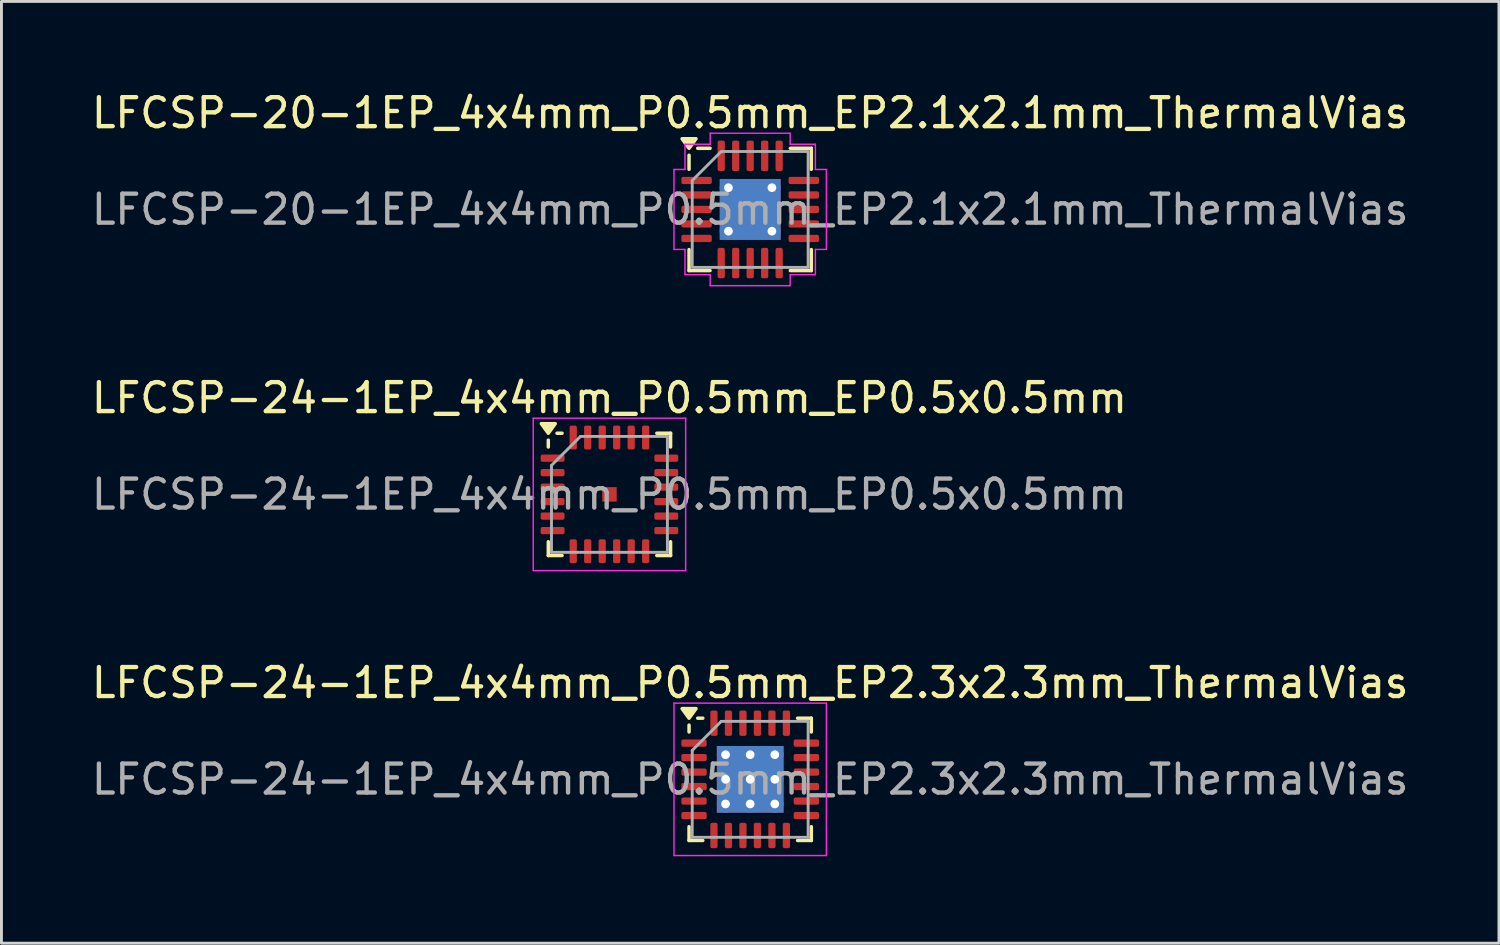
<source format=kicad_pcb>
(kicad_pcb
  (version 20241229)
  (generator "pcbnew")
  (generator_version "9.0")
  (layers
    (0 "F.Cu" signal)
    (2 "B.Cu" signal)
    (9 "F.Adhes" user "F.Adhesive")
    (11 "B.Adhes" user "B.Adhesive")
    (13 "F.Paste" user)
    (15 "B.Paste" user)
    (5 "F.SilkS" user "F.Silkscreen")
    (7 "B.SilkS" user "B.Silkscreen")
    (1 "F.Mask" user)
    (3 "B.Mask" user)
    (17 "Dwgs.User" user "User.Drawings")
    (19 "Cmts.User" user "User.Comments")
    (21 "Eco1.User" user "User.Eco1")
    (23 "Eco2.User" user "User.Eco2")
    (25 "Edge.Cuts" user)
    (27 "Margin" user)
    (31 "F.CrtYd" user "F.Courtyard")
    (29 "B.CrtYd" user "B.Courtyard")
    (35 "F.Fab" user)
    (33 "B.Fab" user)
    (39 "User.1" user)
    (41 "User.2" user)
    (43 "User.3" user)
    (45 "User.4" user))
  (footprint "LFCSP-24-1EP_4x4mm_P0.5mm_EP2.3x2.3mm_ThermalVias"
    (layer "F.Cu")
    (at 22.839 23.845)
    (property "Reference" "LFCSP-24-1EP_4x4mm_P0.5mm_EP2.3x2.3mm_ThermalVias" (at 0 -3.33 0) (layer "F.SilkS") (effects (font (size 1 1) (thickness 0.15))))
    (attr smd)
    (fp_line (start -2.11 -1.635) (end -2.11 -1.87) (stroke (width 0.12) (type solid)) (layer "F.SilkS"))
    (fp_line (start -2.11 2.11) (end -2.11 1.635) (stroke (width 0.12) (type solid)) (layer "F.SilkS"))
    (fp_line (start -1.635 -2.11) (end -1.81 -2.11) (stroke (width 0.12) (type solid)) (layer "F.SilkS"))
    (fp_line (start -1.635 2.11) (end -2.11 2.11) (stroke (width 0.12) (type solid)) (layer "F.SilkS"))
    (fp_line (start 1.635 -2.11) (end 2.11 -2.11) (stroke (width 0.12) (type solid)) (layer "F.SilkS"))
    (fp_line (start 1.635 2.11) (end 2.11 2.11) (stroke (width 0.12) (type solid)) (layer "F.SilkS"))
    (fp_line (start 2.11 -2.11) (end 2.11 -1.635) (stroke (width 0.12) (type solid)) (layer "F.SilkS"))
    (fp_line (start 2.11 2.11) (end 2.11 1.635) (stroke (width 0.12) (type solid)) (layer "F.SilkS"))
    (fp_poly (pts (xy -2.11 -2.11) (xy -2.35 -2.44) (xy -1.87 -2.44) (xy -2.11 -2.11)) (stroke (width 0.12) (type solid)) (fill yes) (layer "F.SilkS"))
    (fp_line (start -2.63 -2.63) (end -2.63 2.63) (stroke (width 0.05) (type solid)) (layer "F.CrtYd"))
    (fp_line (start -2.63 2.63) (end 2.63 2.63) (stroke (width 0.05) (type solid)) (layer "F.CrtYd"))
    (fp_line (start 2.63 -2.63) (end -2.63 -2.63) (stroke (width 0.05) (type solid)) (layer "F.CrtYd"))
    (fp_line (start 2.63 2.63) (end 2.63 -2.63) (stroke (width 0.05) (type solid)) (layer "F.CrtYd"))
    (fp_line (start -2 -1) (end -1 -2) (stroke (width 0.1) (type solid)) (layer "F.Fab"))
    (fp_line (start -2 2) (end -2 -1) (stroke (width 0.1) (type solid)) (layer "F.Fab"))
    (fp_line (start -1 -2) (end 2 -2) (stroke (width 0.1) (type solid)) (layer "F.Fab"))
    (fp_line (start 2 -2) (end 2 2) (stroke (width 0.1) (type solid)) (layer "F.Fab"))
    (fp_line (start 2 2) (end -2 2) (stroke (width 0.1) (type solid)) (layer "F.Fab"))
    (fp_text user "${REFERENCE}" (at 0 0 0) (layer "F.Fab") (effects (font (size 1 1) (thickness 0.15))))
    (pad "" smd roundrect (at -0.575 -0.575) (size 0.96 0.96) (layers "F.Paste") (roundrect_rratio 0.25))
    (pad "" smd roundrect (at -0.575 0.575) (size 0.96 0.96) (layers "F.Paste") (roundrect_rratio 0.25))
    (pad "" smd roundrect (at 0.575 -0.575) (size 0.96 0.96) (layers "F.Paste") (roundrect_rratio 0.25))
    (pad "" smd roundrect (at 0.575 0.575) (size 0.96 0.96) (layers "F.Paste") (roundrect_rratio 0.25))
    (pad "1" smd roundrect (at -1.938 -1.25) (size 0.875 0.25) (layers "F.Cu" "F.Mask" "F.Paste") (roundrect_rratio 0.25))
    (pad "2" smd roundrect (at -1.938 -0.75) (size 0.875 0.25) (layers "F.Cu" "F.Mask" "F.Paste") (roundrect_rratio 0.25))
    (pad "3" smd roundrect (at -1.938 -0.25) (size 0.875 0.25) (layers "F.Cu" "F.Mask" "F.Paste") (roundrect_rratio 0.25))
    (pad "4" smd roundrect (at -1.938 0.25) (size 0.875 0.25) (layers "F.Cu" "F.Mask" "F.Paste") (roundrect_rratio 0.25))
    (pad "5" smd roundrect (at -1.938 0.75) (size 0.875 0.25) (layers "F.Cu" "F.Mask" "F.Paste") (roundrect_rratio 0.25))
    (pad "6" smd roundrect (at -1.938 1.25) (size 0.875 0.25) (layers "F.Cu" "F.Mask" "F.Paste") (roundrect_rratio 0.25))
    (pad "7" smd roundrect (at -1.25 1.938) (size 0.25 0.875) (layers "F.Cu" "F.Mask" "F.Paste") (roundrect_rratio 0.25))
    (pad "8" smd roundrect (at -0.75 1.938) (size 0.25 0.875) (layers "F.Cu" "F.Mask" "F.Paste") (roundrect_rratio 0.25))
    (pad "9" smd roundrect (at -0.25 1.938) (size 0.25 0.875) (layers "F.Cu" "F.Mask" "F.Paste") (roundrect_rratio 0.25))
    (pad "10" smd roundrect (at 0.25 1.938) (size 0.25 0.875) (layers "F.Cu" "F.Mask" "F.Paste") (roundrect_rratio 0.25))
    (pad "11" smd roundrect (at 0.75 1.938) (size 0.25 0.875) (layers "F.Cu" "F.Mask" "F.Paste") (roundrect_rratio 0.25))
    (pad "12" smd roundrect (at 1.25 1.938) (size 0.25 0.875) (layers "F.Cu" "F.Mask" "F.Paste") (roundrect_rratio 0.25))
    (pad "13" smd roundrect (at 1.938 1.25) (size 0.875 0.25) (layers "F.Cu" "F.Mask" "F.Paste") (roundrect_rratio 0.25))
    (pad "14" smd roundrect (at 1.938 0.75) (size 0.875 0.25) (layers "F.Cu" "F.Mask" "F.Paste") (roundrect_rratio 0.25))
    (pad "15" smd roundrect (at 1.938 0.25) (size 0.875 0.25) (layers "F.Cu" "F.Mask" "F.Paste") (roundrect_rratio 0.25))
    (pad "16" smd roundrect (at 1.938 -0.25) (size 0.875 0.25) (layers "F.Cu" "F.Mask" "F.Paste") (roundrect_rratio 0.25))
    (pad "17" smd roundrect (at 1.938 -0.75) (size 0.875 0.25) (layers "F.Cu" "F.Mask" "F.Paste") (roundrect_rratio 0.25))
    (pad "18" smd roundrect (at 1.938 -1.25) (size 0.875 0.25) (layers "F.Cu" "F.Mask" "F.Paste") (roundrect_rratio 0.25))
    (pad "19" smd roundrect (at 1.25 -1.938) (size 0.25 0.875) (layers "F.Cu" "F.Mask" "F.Paste") (roundrect_rratio 0.25))
    (pad "20" smd roundrect (at 0.75 -1.938) (size 0.25 0.875) (layers "F.Cu" "F.Mask" "F.Paste") (roundrect_rratio 0.25))
    (pad "21" smd roundrect (at 0.25 -1.938) (size 0.25 0.875) (layers "F.Cu" "F.Mask" "F.Paste") (roundrect_rratio 0.25))
    (pad "22" smd roundrect (at -0.25 -1.938) (size 0.25 0.875) (layers "F.Cu" "F.Mask" "F.Paste") (roundrect_rratio 0.25))
    (pad "23" smd roundrect (at -0.75 -1.938) (size 0.25 0.875) (layers "F.Cu" "F.Mask" "F.Paste") (roundrect_rratio 0.25))
    (pad "24" smd roundrect (at -1.25 -1.938) (size 0.25 0.875) (layers "F.Cu" "F.Mask" "F.Paste") (roundrect_rratio 0.25))
    (pad "25" thru_hole circle (at -0.85 -0.85) (size 0.6 0.6) (drill 0.3) (property pad_prop_heatsink) (layers "*.Cu"))
    (pad "25" thru_hole circle (at -0.85 0) (size 0.6 0.6) (drill 0.3) (property pad_prop_heatsink) (layers "*.Cu"))
    (pad "25" thru_hole circle (at -0.85 0.85) (size 0.6 0.6) (drill 0.3) (property pad_prop_heatsink) (layers "*.Cu"))
    (pad "25" thru_hole circle (at 0 -0.85) (size 0.6 0.6) (drill 0.3) (property pad_prop_heatsink) (layers "*.Cu"))
    (pad "25" thru_hole circle (at 0 0) (size 0.6 0.6) (drill 0.3) (property pad_prop_heatsink) (layers "*.Cu"))
    (pad "25" smd rect (at 0 0) (size 2.3 2.3) (property pad_prop_heatsink) (layers "F.Cu" "F.Mask"))
    (pad "25" smd rect (at 0 0) (size 2.3 2.3) (property pad_prop_heatsink) (layers "B.Cu"))
    (pad "25" thru_hole circle (at 0 0.85) (size 0.6 0.6) (drill 0.3) (property pad_prop_heatsink) (layers "*.Cu"))
    (pad "25" thru_hole circle (at 0.85 -0.85) (size 0.6 0.6) (drill 0.3) (property pad_prop_heatsink) (layers "*.Cu"))
    (pad "25" thru_hole circle (at 0.85 0) (size 0.6 0.6) (drill 0.3) (property pad_prop_heatsink) (layers "*.Cu"))
    (pad "25" thru_hole circle (at 0.85 0.85) (size 0.6 0.6) (drill 0.3) (property pad_prop_heatsink) (layers "*.Cu")))
  (footprint "LFCSP-20-1EP_4x4mm_P0.5mm_EP2.1x2.1mm_ThermalVias"
    (layer "F.Cu")
    (at 22.839 4.178)
    (property "Reference" "LFCSP-20-1EP_4x4mm_P0.5mm_EP2.1x2.1mm_ThermalVias" (at 0 -3.33 0) (layer "F.SilkS") (effects (font (size 1 1) (thickness 0.15))))
    (attr smd)
    (fp_line (start -2.11 -1.385) (end -2.11 -1.87) (stroke (width 0.12) (type solid)) (layer "F.SilkS"))
    (fp_line (start -2.11 2.11) (end -2.11 1.385) (stroke (width 0.12) (type solid)) (layer "F.SilkS"))
    (fp_line (start -1.385 -2.11) (end -1.81 -2.11) (stroke (width 0.12) (type solid)) (layer "F.SilkS"))
    (fp_line (start -1.385 2.11) (end -2.11 2.11) (stroke (width 0.12) (type solid)) (layer "F.SilkS"))
    (fp_line (start 1.385 -2.11) (end 2.11 -2.11) (stroke (width 0.12) (type solid)) (layer "F.SilkS"))
    (fp_line (start 1.385 2.11) (end 2.11 2.11) (stroke (width 0.12) (type solid)) (layer "F.SilkS"))
    (fp_line (start 2.11 -2.11) (end 2.11 -1.385) (stroke (width 0.12) (type solid)) (layer "F.SilkS"))
    (fp_line (start 2.11 2.11) (end 2.11 1.385) (stroke (width 0.12) (type solid)) (layer "F.SilkS"))
    (fp_poly (pts (xy -2.11 -2.11) (xy -2.35 -2.44) (xy -1.87 -2.44)) (stroke (width 0.12) (type solid)) (fill yes) (layer "F.SilkS"))
    (fp_line (start -2.63 -1.38) (end -2.25 -1.38) (stroke (width 0.05) (type solid)) (layer "F.CrtYd"))
    (fp_line (start -2.63 1.38) (end -2.63 -1.38) (stroke (width 0.05) (type solid)) (layer "F.CrtYd"))
    (fp_line (start -2.25 -2.25) (end -1.38 -2.25) (stroke (width 0.05) (type solid)) (layer "F.CrtYd"))
    (fp_line (start -2.25 -1.38) (end -2.25 -2.25) (stroke (width 0.05) (type solid)) (layer "F.CrtYd"))
    (fp_line (start -2.25 1.38) (end -2.63 1.38) (stroke (width 0.05) (type solid)) (layer "F.CrtYd"))
    (fp_line (start -2.25 2.25) (end -2.25 1.38) (stroke (width 0.05) (type solid)) (layer "F.CrtYd"))
    (fp_line (start -1.38 -2.63) (end 1.38 -2.63) (stroke (width 0.05) (type solid)) (layer "F.CrtYd"))
    (fp_line (start -1.38 -2.25) (end -1.38 -2.63) (stroke (width 0.05) (type solid)) (layer "F.CrtYd"))
    (fp_line (start -1.38 2.25) (end -2.25 2.25) (stroke (width 0.05) (type solid)) (layer "F.CrtYd"))
    (fp_line (start -1.38 2.63) (end -1.38 2.25) (stroke (width 0.05) (type solid)) (layer "F.CrtYd"))
    (fp_line (start 1.38 -2.63) (end 1.38 -2.25) (stroke (width 0.05) (type solid)) (layer "F.CrtYd"))
    (fp_line (start 1.38 -2.25) (end 2.25 -2.25) (stroke (width 0.05) (type solid)) (layer "F.CrtYd"))
    (fp_line (start 1.38 2.25) (end 1.38 2.63) (stroke (width 0.05) (type solid)) (layer "F.CrtYd"))
    (fp_line (start 1.38 2.63) (end -1.38 2.63) (stroke (width 0.05) (type solid)) (layer "F.CrtYd"))
    (fp_line (start 2.25 -2.25) (end 2.25 -1.38) (stroke (width 0.05) (type solid)) (layer "F.CrtYd"))
    (fp_line (start 2.25 -1.38) (end 2.63 -1.38) (stroke (width 0.05) (type solid)) (layer "F.CrtYd"))
    (fp_line (start 2.25 1.38) (end 2.25 2.25) (stroke (width 0.05) (type solid)) (layer "F.CrtYd"))
    (fp_line (start 2.25 2.25) (end 1.38 2.25) (stroke (width 0.05) (type solid)) (layer "F.CrtYd"))
    (fp_line (start 2.63 -1.38) (end 2.63 1.38) (stroke (width 0.05) (type solid)) (layer "F.CrtYd"))
    (fp_line (start 2.63 1.38) (end 2.25 1.38) (stroke (width 0.05) (type solid)) (layer "F.CrtYd"))
    (fp_poly (pts (xy -2 -1) (xy -2 2) (xy 2 2) (xy 2 -2) (xy -1 -2)) (stroke (width 0.1) (type solid)) (fill no) (layer "F.Fab"))
    (fp_text user "${REFERENCE}" (at 0 0 0) (layer "F.Fab") (effects (font (size 1 1) (thickness 0.15))))
    (pad "" smd roundrect (at 0 0) (size 1.76 1.76) (layers "F.Paste") (roundrect_rratio 0.142))
    (pad "1" smd roundrect (at -1.85 -1) (size 1.05 0.25) (layers "F.Cu" "F.Mask" "F.Paste") (roundrect_rratio 0.25))
    (pad "2" smd roundrect (at -1.85 -0.5) (size 1.05 0.25) (layers "F.Cu" "F.Mask" "F.Paste") (roundrect_rratio 0.25))
    (pad "3" smd roundrect (at -1.85 0) (size 1.05 0.25) (layers "F.Cu" "F.Mask" "F.Paste") (roundrect_rratio 0.25))
    (pad "4" smd roundrect (at -1.85 0.5) (size 1.05 0.25) (layers "F.Cu" "F.Mask" "F.Paste") (roundrect_rratio 0.25))
    (pad "5" smd roundrect (at -1.85 1) (size 1.05 0.25) (layers "F.Cu" "F.Mask" "F.Paste") (roundrect_rratio 0.25))
    (pad "6" smd roundrect (at -1 1.85) (size 0.25 1.05) (layers "F.Cu" "F.Mask" "F.Paste") (roundrect_rratio 0.25))
    (pad "7" smd roundrect (at -0.5 1.85) (size 0.25 1.05) (layers "F.Cu" "F.Mask" "F.Paste") (roundrect_rratio 0.25))
    (pad "8" smd roundrect (at 0 1.85) (size 0.25 1.05) (layers "F.Cu" "F.Mask" "F.Paste") (roundrect_rratio 0.25))
    (pad "9" smd roundrect (at 0.5 1.85) (size 0.25 1.05) (layers "F.Cu" "F.Mask" "F.Paste") (roundrect_rratio 0.25))
    (pad "10" smd roundrect (at 1 1.85) (size 0.25 1.05) (layers "F.Cu" "F.Mask" "F.Paste") (roundrect_rratio 0.25))
    (pad "11" smd roundrect (at 1.85 1) (size 1.05 0.25) (layers "F.Cu" "F.Mask" "F.Paste") (roundrect_rratio 0.25))
    (pad "12" smd roundrect (at 1.85 0.5) (size 1.05 0.25) (layers "F.Cu" "F.Mask" "F.Paste") (roundrect_rratio 0.25))
    (pad "13" smd roundrect (at 1.85 0) (size 1.05 0.25) (layers "F.Cu" "F.Mask" "F.Paste") (roundrect_rratio 0.25))
    (pad "14" smd roundrect (at 1.85 -0.5) (size 1.05 0.25) (layers "F.Cu" "F.Mask" "F.Paste") (roundrect_rratio 0.25))
    (pad "15" smd roundrect (at 1.85 -1) (size 1.05 0.25) (layers "F.Cu" "F.Mask" "F.Paste") (roundrect_rratio 0.25))
    (pad "16" smd roundrect (at 1 -1.85) (size 0.25 1.05) (layers "F.Cu" "F.Mask" "F.Paste") (roundrect_rratio 0.25))
    (pad "17" smd roundrect (at 0.5 -1.85) (size 0.25 1.05) (layers "F.Cu" "F.Mask" "F.Paste") (roundrect_rratio 0.25))
    (pad "18" smd roundrect (at 0 -1.85) (size 0.25 1.05) (layers "F.Cu" "F.Mask" "F.Paste") (roundrect_rratio 0.25))
    (pad "19" smd roundrect (at -0.5 -1.85) (size 0.25 1.05) (layers "F.Cu" "F.Mask" "F.Paste") (roundrect_rratio 0.25))
    (pad "20" smd roundrect (at -1 -1.85) (size 0.25 1.05) (layers "F.Cu" "F.Mask" "F.Paste") (roundrect_rratio 0.25))
    (pad "21" thru_hole circle (at -0.75 -0.75) (size 0.6 0.6) (drill 0.3) (property pad_prop_heatsink) (layers "*.Cu"))
    (pad "21" thru_hole circle (at -0.75 0.75) (size 0.6 0.6) (drill 0.3) (property pad_prop_heatsink) (layers "*.Cu"))
    (pad "21" smd rect (at 0 0) (size 2.1 2.1) (property pad_prop_heatsink) (layers "F.Cu" "F.Mask"))
    (pad "21" smd rect (at 0 0) (size 2.1 2.1) (property pad_prop_heatsink) (layers "B.Cu"))
    (pad "21" thru_hole circle (at 0.75 -0.75) (size 0.6 0.6) (drill 0.3) (property pad_prop_heatsink) (layers "*.Cu"))
    (pad "21" thru_hole circle (at 0.75 0.75) (size 0.6 0.6) (drill 0.3) (property pad_prop_heatsink) (layers "*.Cu")))
  (footprint "LFCSP-24-1EP_4x4mm_P0.5mm_EP0.5x0.5mm"
    (layer "F.Cu")
    (at 17.982 14.011)
    (property "Reference" "LFCSP-24-1EP_4x4mm_P0.5mm_EP0.5x0.5mm" (at 0 -3.33 0) (layer "F.SilkS") (effects (font (size 1 1) (thickness 0.15))))
    (attr smd)
    (fp_line (start -2.11 -1.635) (end -2.11 -1.87) (stroke (width 0.12) (type solid)) (layer "F.SilkS"))
    (fp_line (start -2.11 2.11) (end -2.11 1.635) (stroke (width 0.12) (type solid)) (layer "F.SilkS"))
    (fp_line (start -1.635 -2.11) (end -1.81 -2.11) (stroke (width 0.12) (type solid)) (layer "F.SilkS"))
    (fp_line (start -1.635 2.11) (end -2.11 2.11) (stroke (width 0.12) (type solid)) (layer "F.SilkS"))
    (fp_line (start 1.635 -2.11) (end 2.11 -2.11) (stroke (width 0.12) (type solid)) (layer "F.SilkS"))
    (fp_line (start 1.635 2.11) (end 2.11 2.11) (stroke (width 0.12) (type solid)) (layer "F.SilkS"))
    (fp_line (start 2.11 -2.11) (end 2.11 -1.635) (stroke (width 0.12) (type solid)) (layer "F.SilkS"))
    (fp_line (start 2.11 2.11) (end 2.11 1.635) (stroke (width 0.12) (type solid)) (layer "F.SilkS"))
    (fp_poly (pts (xy -2.11 -2.11) (xy -2.35 -2.44) (xy -1.87 -2.44) (xy -2.11 -2.11)) (stroke (width 0.12) (type solid)) (fill yes) (layer "F.SilkS"))
    (fp_line (start -2.63 -2.63) (end -2.63 2.63) (stroke (width 0.05) (type solid)) (layer "F.CrtYd"))
    (fp_line (start -2.63 2.63) (end 2.63 2.63) (stroke (width 0.05) (type solid)) (layer "F.CrtYd"))
    (fp_line (start 2.63 -2.63) (end -2.63 -2.63) (stroke (width 0.05) (type solid)) (layer "F.CrtYd"))
    (fp_line (start 2.63 2.63) (end 2.63 -2.63) (stroke (width 0.05) (type solid)) (layer "F.CrtYd"))
    (fp_line (start -2 -1) (end -1 -2) (stroke (width 0.1) (type solid)) (layer "F.Fab"))
    (fp_line (start -2 2) (end -2 -1) (stroke (width 0.1) (type solid)) (layer "F.Fab"))
    (fp_line (start -1 -2) (end 2 -2) (stroke (width 0.1) (type solid)) (layer "F.Fab"))
    (fp_line (start 2 -2) (end 2 2) (stroke (width 0.1) (type solid)) (layer "F.Fab"))
    (fp_line (start 2 2) (end -2 2) (stroke (width 0.1) (type solid)) (layer "F.Fab"))
    (fp_text user "${REFERENCE}" (at 0 0 0) (layer "F.Fab") (effects (font (size 1 1) (thickness 0.15))))
    (pad "" smd roundrect (at 0 0) (size 0.4 0.4) (layers "F.Paste") (roundrect_rratio 0.25))
    (pad "1" smd roundrect (at -1.962 -1.25) (size 0.825 0.25) (layers "F.Cu" "F.Mask" "F.Paste") (roundrect_rratio 0.25))
    (pad "2" smd roundrect (at -1.962 -0.75) (size 0.825 0.25) (layers "F.Cu" "F.Mask" "F.Paste") (roundrect_rratio 0.25))
    (pad "3" smd roundrect (at -1.962 -0.25) (size 0.825 0.25) (layers "F.Cu" "F.Mask" "F.Paste") (roundrect_rratio 0.25))
    (pad "4" smd roundrect (at -1.962 0.25) (size 0.825 0.25) (layers "F.Cu" "F.Mask" "F.Paste") (roundrect_rratio 0.25))
    (pad "5" smd roundrect (at -1.962 0.75) (size 0.825 0.25) (layers "F.Cu" "F.Mask" "F.Paste") (roundrect_rratio 0.25))
    (pad "6" smd roundrect (at -1.962 1.25) (size 0.825 0.25) (layers "F.Cu" "F.Mask" "F.Paste") (roundrect_rratio 0.25))
    (pad "7" smd roundrect (at -1.25 1.962) (size 0.25 0.825) (layers "F.Cu" "F.Mask" "F.Paste") (roundrect_rratio 0.25))
    (pad "8" smd roundrect (at -0.75 1.962) (size 0.25 0.825) (layers "F.Cu" "F.Mask" "F.Paste") (roundrect_rratio 0.25))
    (pad "9" smd roundrect (at -0.25 1.962) (size 0.25 0.825) (layers "F.Cu" "F.Mask" "F.Paste") (roundrect_rratio 0.25))
    (pad "10" smd roundrect (at 0.25 1.962) (size 0.25 0.825) (layers "F.Cu" "F.Mask" "F.Paste") (roundrect_rratio 0.25))
    (pad "11" smd roundrect (at 0.75 1.962) (size 0.25 0.825) (layers "F.Cu" "F.Mask" "F.Paste") (roundrect_rratio 0.25))
    (pad "12" smd roundrect (at 1.25 1.962) (size 0.25 0.825) (layers "F.Cu" "F.Mask" "F.Paste") (roundrect_rratio 0.25))
    (pad "13" smd roundrect (at 1.962 1.25) (size 0.825 0.25) (layers "F.Cu" "F.Mask" "F.Paste") (roundrect_rratio 0.25))
    (pad "14" smd roundrect (at 1.962 0.75) (size 0.825 0.25) (layers "F.Cu" "F.Mask" "F.Paste") (roundrect_rratio 0.25))
    (pad "15" smd roundrect (at 1.962 0.25) (size 0.825 0.25) (layers "F.Cu" "F.Mask" "F.Paste") (roundrect_rratio 0.25))
    (pad "16" smd roundrect (at 1.962 -0.25) (size 0.825 0.25) (layers "F.Cu" "F.Mask" "F.Paste") (roundrect_rratio 0.25))
    (pad "17" smd roundrect (at 1.962 -0.75) (size 0.825 0.25) (layers "F.Cu" "F.Mask" "F.Paste") (roundrect_rratio 0.25))
    (pad "18" smd roundrect (at 1.962 -1.25) (size 0.825 0.25) (layers "F.Cu" "F.Mask" "F.Paste") (roundrect_rratio 0.25))
    (pad "19" smd roundrect (at 1.25 -1.962) (size 0.25 0.825) (layers "F.Cu" "F.Mask" "F.Paste") (roundrect_rratio 0.25))
    (pad "20" smd roundrect (at 0.75 -1.962) (size 0.25 0.825) (layers "F.Cu" "F.Mask" "F.Paste") (roundrect_rratio 0.25))
    (pad "21" smd roundrect (at 0.25 -1.962) (size 0.25 0.825) (layers "F.Cu" "F.Mask" "F.Paste") (roundrect_rratio 0.25))
    (pad "22" smd roundrect (at -0.25 -1.962) (size 0.25 0.825) (layers "F.Cu" "F.Mask" "F.Paste") (roundrect_rratio 0.25))
    (pad "23" smd roundrect (at -0.75 -1.962) (size 0.25 0.825) (layers "F.Cu" "F.Mask" "F.Paste") (roundrect_rratio 0.25))
    (pad "24" smd roundrect (at -1.25 -1.962) (size 0.25 0.825) (layers "F.Cu" "F.Mask" "F.Paste") (roundrect_rratio 0.25))
    (pad "25" smd rect (at 0 0) (size 0.5 0.5) (property pad_prop_heatsink) (layers "F.Cu" "F.Mask")))
  (gr_rect
    (start -3 -3)
    (end 48.679 29.5)
    (stroke (width 0.1) (type default))
    (fill no)
    (layer "Edge.Cuts")))
</source>
